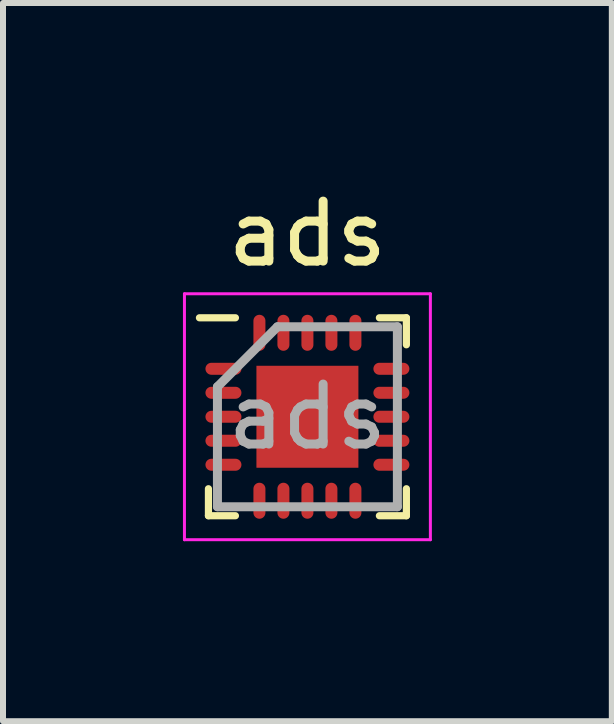
<source format=kicad_pcb>
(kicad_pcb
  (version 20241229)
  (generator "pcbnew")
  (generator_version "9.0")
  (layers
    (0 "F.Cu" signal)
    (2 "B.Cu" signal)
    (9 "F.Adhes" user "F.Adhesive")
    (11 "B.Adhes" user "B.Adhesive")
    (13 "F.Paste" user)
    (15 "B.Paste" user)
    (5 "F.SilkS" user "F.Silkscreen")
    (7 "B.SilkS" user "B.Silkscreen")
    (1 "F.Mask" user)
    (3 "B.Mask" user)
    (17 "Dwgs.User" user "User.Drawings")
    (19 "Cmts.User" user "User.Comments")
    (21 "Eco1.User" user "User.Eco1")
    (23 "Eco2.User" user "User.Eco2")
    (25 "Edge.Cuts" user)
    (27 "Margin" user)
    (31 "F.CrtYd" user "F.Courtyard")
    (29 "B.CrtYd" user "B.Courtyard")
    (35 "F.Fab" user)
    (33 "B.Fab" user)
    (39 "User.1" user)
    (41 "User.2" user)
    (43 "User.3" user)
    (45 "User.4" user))
  (footprint "ads"
    (layer "F.Cu")
    (at 2.075 3.898)
    (property "Reference" "ads" (at 0 -3.05 0) (unlocked yes) (layer "F.SilkS") (effects (font (size 1 1) (thickness 0.15))))
    (attr smd)
    (fp_line (start -1.65 1.65) (end -1.65 1.2) (stroke (width 0.12) (type default)) (layer "F.SilkS"))
    (fp_line (start -1.2 -1.65) (end -1.8 -1.65) (stroke (width 0.12) (type default)) (layer "F.SilkS"))
    (fp_line (start -1.2 1.65) (end -1.65 1.65) (stroke (width 0.12) (type default)) (layer "F.SilkS"))
    (fp_line (start 1.2 -1.65) (end 1.65 -1.65) (stroke (width 0.12) (type default)) (layer "F.SilkS"))
    (fp_line (start 1.2 1.65) (end 1.65 1.65) (stroke (width 0.12) (type default)) (layer "F.SilkS"))
    (fp_line (start 1.65 -1.65) (end 1.65 -1.2) (stroke (width 0.12) (type default)) (layer "F.SilkS"))
    (fp_line (start 1.65 1.65) (end 1.65 1.2) (stroke (width 0.12) (type default)) (layer "F.SilkS"))
    (fp_line (start -2.05 -2.05) (end 2.05 -2.05) (stroke (width 0.05) (type default)) (layer "F.CrtYd"))
    (fp_line (start -2.05 2.05) (end -2.05 -2.05) (stroke (width 0.05) (type default)) (layer "F.CrtYd"))
    (fp_line (start 2.05 -2.05) (end 2.05 2.05) (stroke (width 0.05) (type default)) (layer "F.CrtYd"))
    (fp_line (start 2.05 2.05) (end -2.05 2.05) (stroke (width 0.05) (type default)) (layer "F.CrtYd"))
    (fp_line (start -1.5 -0.5) (end -1.5 1.5) (stroke (width 0.15) (type default)) (layer "F.Fab"))
    (fp_line (start -1.5 1.5) (end 1.5 1.5) (stroke (width 0.15) (type default)) (layer "F.Fab"))
    (fp_line (start -0.5 -1.5) (end -1.5 -0.5) (stroke (width 0.15) (type default)) (layer "F.Fab"))
    (fp_line (start 1.5 -1.5) (end -0.5 -1.5) (stroke (width 0.15) (type default)) (layer "F.Fab"))
    (fp_line (start 1.5 1.5) (end 1.5 -1.5) (stroke (width 0.15) (type default)) (layer "F.Fab"))
    (fp_text user "${REFERENCE}" (at 0 0 0) (layer "F.Fab") (effects (font (size 1 1) (thickness 0.15))))
    (pad "" smd rect (at -0.567 -0.567) (size 0.000001 0.000001) (layers "F.Paste"))
    (pad "" smd rect (at -0.567 0) (size 0.000001 0.000001) (layers "F.Paste"))
    (pad "" smd rect (at -0.567 0.567) (size 0.000001 0.000001) (layers "F.Paste"))
    (pad "" smd rect (at 0 -0.567) (size 0.000001 0.000001) (layers "F.Paste"))
    (pad "" smd rect (at 0 0) (size 0.000001 0.000001) (layers "F.Paste"))
    (pad "" smd rect (at 0 0.567) (size 0.000001 0.000001) (layers "F.Paste"))
    (pad "" smd rect (at 0.567 -0.567) (size 0.000001 0.000001) (layers "F.Paste"))
    (pad "" smd rect (at 0.567 0) (size 0.000001 0.000001) (layers "F.Paste"))
    (pad "" smd rect (at 0.567 0.567) (size 0.000001 0.000001) (layers "F.Paste"))
    (pad "1" smd oval (at -1.4 -0.8 90) (size 0.2 0.6) (layers "F.Cu" "F.Mask" "F.Paste"))
    (pad "2" smd oval (at -1.4 -0.4 90) (size 0.2 0.6) (layers "F.Cu" "F.Mask" "F.Paste"))
    (pad "3" smd oval (at -1.4 0 90) (size 0.2 0.6) (layers "F.Cu" "F.Mask" "F.Paste"))
    (pad "4" smd oval (at -1.4 0.4 90) (size 0.2 0.6) (layers "F.Cu" "F.Mask" "F.Paste"))
    (pad "5" smd oval (at -1.4 0.8 90) (size 0.2 0.6) (layers "F.Cu" "F.Mask" "F.Paste"))
    (pad "6" smd oval (at -0.8 1.4) (size 0.2 0.6) (layers "F.Cu" "F.Mask" "F.Paste"))
    (pad "7" smd oval (at -0.4 1.4) (size 0.2 0.6) (layers "F.Cu" "F.Mask" "F.Paste"))
    (pad "8" smd oval (at 0 1.4) (size 0.2 0.6) (layers "F.Cu" "F.Mask" "F.Paste"))
    (pad "9" smd oval (at 0.4 1.4) (size 0.2 0.6) (layers "F.Cu" "F.Mask" "F.Paste"))
    (pad "10" smd oval (at 0.8 1.4) (size 0.2 0.6) (layers "F.Cu" "F.Mask" "F.Paste"))
    (pad "11" smd oval (at 1.4 0.8 90) (size 0.2 0.6) (layers "F.Cu" "F.Mask" "F.Paste"))
    (pad "12" smd oval (at 1.4 0.4 90) (size 0.2 0.6) (layers "F.Cu" "F.Mask" "F.Paste"))
    (pad "13" smd oval (at 1.4 0 90) (size 0.2 0.6) (layers "F.Cu" "F.Mask" "F.Paste"))
    (pad "14" smd oval (at 1.4 -0.4 90) (size 0.2 0.6) (layers "F.Cu" "F.Mask" "F.Paste"))
    (pad "15" smd oval (at 1.4 -0.8 90) (size 0.2 0.6) (layers "F.Cu" "F.Mask" "F.Paste"))
    (pad "16" smd oval (at 0.8 -1.4) (size 0.2 0.6) (layers "F.Cu" "F.Mask" "F.Paste"))
    (pad "17" smd oval (at 0.4 -1.4) (size 0.2 0.6) (layers "F.Cu" "F.Mask" "F.Paste"))
    (pad "18" smd oval (at 0 -1.4) (size 0.2 0.6) (layers "F.Cu" "F.Mask" "F.Paste"))
    (pad "19" smd oval (at -0.4 -1.4) (size 0.2 0.6) (layers "F.Cu" "F.Mask" "F.Paste"))
    (pad "20" smd oval (at -0.8 -1.4) (size 0.2 0.6) (layers "F.Cu" "F.Mask" "F.Paste"))
    (pad "21" smd rect (at 0 0) (size 1.7 1.7) (layers "F.Cu" "F.Mask")))
  (gr_rect
    (start -3 -3)
    (end 7.15 8.973)
    (stroke (width 0.1) (type default))
    (fill no)
    (layer "Edge.Cuts")))
</source>
